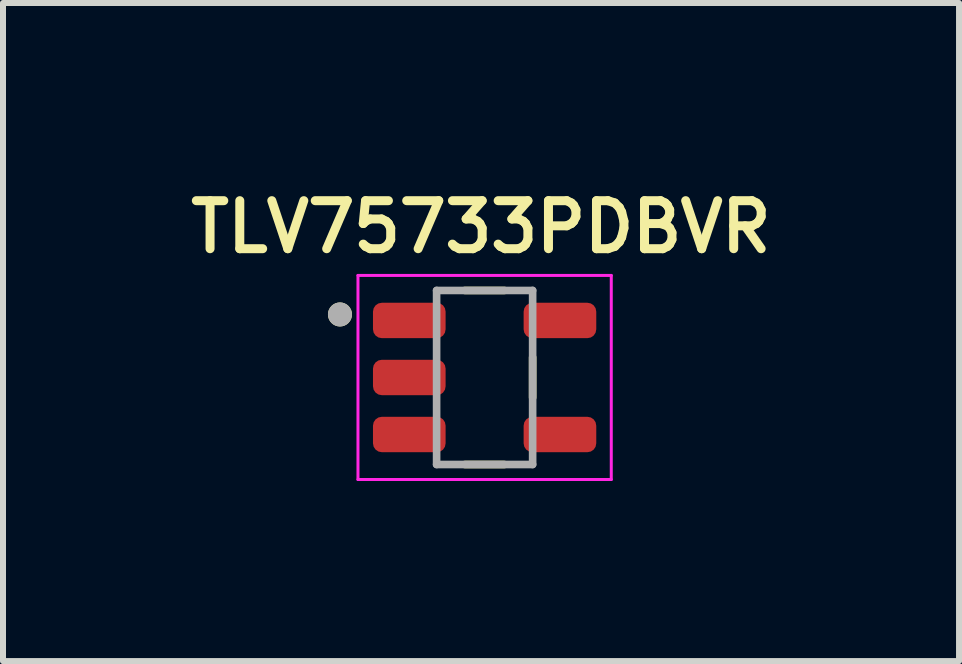
<source format=kicad_pcb>
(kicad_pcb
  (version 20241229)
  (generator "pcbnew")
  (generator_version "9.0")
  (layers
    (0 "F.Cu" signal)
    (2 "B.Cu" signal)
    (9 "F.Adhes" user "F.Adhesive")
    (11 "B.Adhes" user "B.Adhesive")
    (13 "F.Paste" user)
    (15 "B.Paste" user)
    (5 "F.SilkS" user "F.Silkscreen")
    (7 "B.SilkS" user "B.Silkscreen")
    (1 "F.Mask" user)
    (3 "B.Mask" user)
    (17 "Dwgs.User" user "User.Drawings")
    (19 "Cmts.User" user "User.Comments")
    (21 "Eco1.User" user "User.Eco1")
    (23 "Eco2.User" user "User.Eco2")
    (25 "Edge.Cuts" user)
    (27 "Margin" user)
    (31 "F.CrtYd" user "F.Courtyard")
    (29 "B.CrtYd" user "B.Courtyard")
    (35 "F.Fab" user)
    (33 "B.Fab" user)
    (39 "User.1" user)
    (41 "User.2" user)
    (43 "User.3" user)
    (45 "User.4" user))
  (footprint "TLV75733PDBVR"
    (layer "F.Cu")
    (at 5.024 3.239)
    (property "Reference" "TLV75733PDBVR" (at -0.06 -2.508 0) (layer "F.SilkS") (effects (font (size 0.8 0.8) (thickness 0.15))))
    (attr smd)
    (fp_line (start -0.33 -1.45) (end 0.33 -1.45) (stroke (width 0.127) (type solid)) (layer "F.SilkS"))
    (fp_line (start 0.33 1.45) (end -0.33 1.45) (stroke (width 0.127) (type solid)) (layer "F.SilkS"))
    (fp_line (start 0.8 -0.335) (end 0.8 0.335) (stroke (width 0.127) (type solid)) (layer "F.SilkS"))
    (fp_circle (center -2.41 -1.05) (end -2.31 -1.05) (stroke (width 0.2) (type solid)) (fill no) (layer "F.SilkS"))
    (fp_line (start -2.11 -1.7) (end 2.11 -1.7) (stroke (width 0.05) (type solid)) (layer "F.CrtYd"))
    (fp_line (start -2.11 1.7) (end -2.11 -1.7) (stroke (width 0.05) (type solid)) (layer "F.CrtYd"))
    (fp_line (start 2.11 -1.7) (end 2.11 1.7) (stroke (width 0.05) (type solid)) (layer "F.CrtYd"))
    (fp_line (start 2.11 1.7) (end -2.11 1.7) (stroke (width 0.05) (type solid)) (layer "F.CrtYd"))
    (fp_line (start -0.8 -1.45) (end 0.8 -1.45) (stroke (width 0.127) (type solid)) (layer "F.Fab"))
    (fp_line (start -0.8 1.45) (end -0.8 -1.45) (stroke (width 0.127) (type solid)) (layer "F.Fab"))
    (fp_line (start 0.8 -1.45) (end 0.8 1.45) (stroke (width 0.127) (type solid)) (layer "F.Fab"))
    (fp_line (start 0.8 1.45) (end -0.8 1.45) (stroke (width 0.127) (type solid)) (layer "F.Fab"))
    (fp_circle (center -2.41 -1.05) (end -2.31 -1.05) (stroke (width 0.2) (type solid)) (fill no) (layer "F.Fab"))
    (pad "1" smd roundrect (at -1.255 -0.95) (size 1.21 0.59) (layers "F.Cu" "F.Mask" "F.Paste") (roundrect_rratio 0.25))
    (pad "2" smd roundrect (at -1.255 0) (size 1.21 0.59) (layers "F.Cu" "F.Mask" "F.Paste") (roundrect_rratio 0.25))
    (pad "3" smd roundrect (at -1.255 0.95) (size 1.21 0.59) (layers "F.Cu" "F.Mask" "F.Paste") (roundrect_rratio 0.25))
    (pad "4" smd roundrect (at 1.255 0.95) (size 1.21 0.59) (layers "F.Cu" "F.Mask" "F.Paste") (roundrect_rratio 0.25))
    (pad "5" smd roundrect (at 1.255 -0.95) (size 1.21 0.59) (layers "F.Cu" "F.Mask" "F.Paste") (roundrect_rratio 0.25)))
  (gr_rect
    (start -3 -3)
    (end 12.928 7.964)
    (stroke (width 0.1) (type default))
    (fill no)
    (layer "Edge.Cuts")))
</source>
